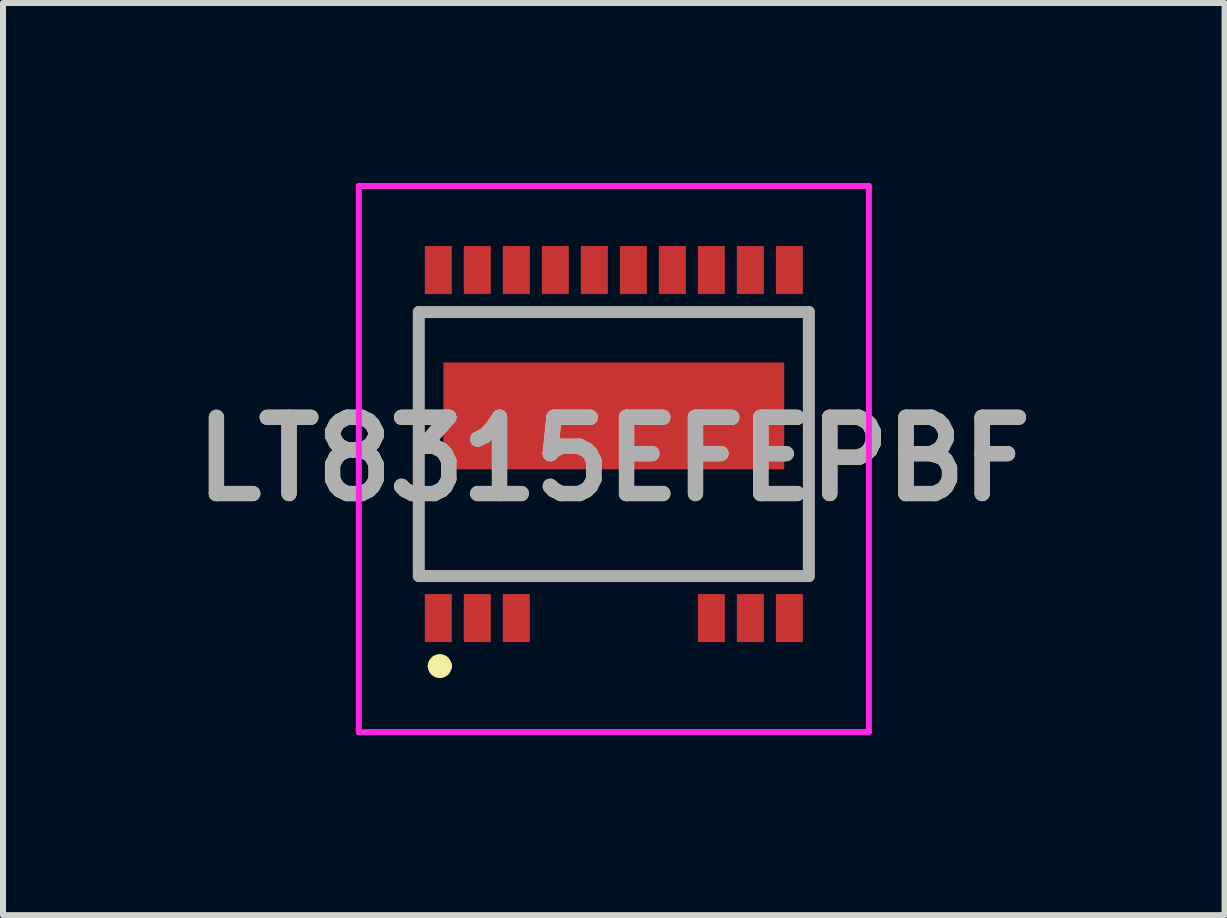
<source format=kicad_pcb>
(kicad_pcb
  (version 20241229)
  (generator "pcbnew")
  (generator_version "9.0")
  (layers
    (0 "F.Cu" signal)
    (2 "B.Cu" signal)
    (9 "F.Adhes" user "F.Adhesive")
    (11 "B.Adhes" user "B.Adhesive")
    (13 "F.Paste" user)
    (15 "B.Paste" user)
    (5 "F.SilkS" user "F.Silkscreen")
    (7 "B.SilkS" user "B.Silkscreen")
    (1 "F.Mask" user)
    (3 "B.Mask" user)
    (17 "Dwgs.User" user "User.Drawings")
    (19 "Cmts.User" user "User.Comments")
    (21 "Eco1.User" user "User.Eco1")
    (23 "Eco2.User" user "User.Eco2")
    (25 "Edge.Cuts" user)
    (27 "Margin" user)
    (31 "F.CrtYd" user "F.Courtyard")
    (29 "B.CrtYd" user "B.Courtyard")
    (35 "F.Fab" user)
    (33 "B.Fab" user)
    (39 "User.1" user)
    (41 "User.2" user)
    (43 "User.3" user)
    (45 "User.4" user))
  (footprint "LT8315EFEPBF"
    (layer "F.Cu")
    (at 7.179 4.8)
    (property "Reference" "LT8315EFEPBF" (at 0 -0.2 0) (layer "F.SilkS") (effects (font (size 1.27 1.27) (thickness 0.254))))
    (attr smd)
    (fp_line (start -3.25 -2.65) (end 3.25 -2.65) (stroke (width 0.1) (type solid)) (layer "F.SilkS"))
    (fp_line (start -3.25 1.75) (end -3.25 -2.65) (stroke (width 0.1) (type solid)) (layer "F.SilkS"))
    (fp_line (start -3 3.25) (end -3 3.25) (stroke (width 0.2) (type solid)) (layer "F.SilkS"))
    (fp_line (start -2.8 3.25) (end -2.8 3.25) (stroke (width 0.2) (type solid)) (layer "F.SilkS"))
    (fp_line (start 3.25 -2.65) (end 3.25 1.75) (stroke (width 0.1) (type solid)) (layer "F.SilkS"))
    (fp_line (start 3.25 1.75) (end -3.25 1.75) (stroke (width 0.1) (type solid)) (layer "F.SilkS"))
    (fp_arc (start -3 3.25) (mid -2.9 3.15) (end -2.8 3.25) (stroke (width 0.2) (type solid)) (layer "F.SilkS"))
    (fp_arc (start -2.8 3.25) (mid -2.9 3.35) (end -3 3.25) (stroke (width 0.2) (type solid)) (layer "F.SilkS"))
    (fp_line (start -4.25 -4.75) (end 4.25 -4.75) (stroke (width 0.1) (type solid)) (layer "F.CrtYd"))
    (fp_line (start -4.25 4.35) (end -4.25 -4.75) (stroke (width 0.1) (type solid)) (layer "F.CrtYd"))
    (fp_line (start 4.25 -4.75) (end 4.25 4.35) (stroke (width 0.1) (type solid)) (layer "F.CrtYd"))
    (fp_line (start 4.25 4.35) (end -4.25 4.35) (stroke (width 0.1) (type solid)) (layer "F.CrtYd"))
    (fp_line (start -3.25 -2.65) (end 3.25 -2.65) (stroke (width 0.2) (type solid)) (layer "F.Fab"))
    (fp_line (start -3.25 1.75) (end -3.25 -2.65) (stroke (width 0.2) (type solid)) (layer "F.Fab"))
    (fp_line (start 3.25 -2.65) (end 3.25 1.75) (stroke (width 0.2) (type solid)) (layer "F.Fab"))
    (fp_line (start 3.25 1.75) (end -3.25 1.75) (stroke (width 0.2) (type solid)) (layer "F.Fab"))
    (fp_text user "${REFERENCE}" (at 0 -0.2 0) (layer "F.Fab") (effects (font (size 1.27 1.27) (thickness 0.254))))
    (pad "1" smd rect (at -2.925 2.45) (size 0.45 0.8) (layers "F.Cu" "F.Mask" "F.Paste"))
    (pad "2" smd rect (at -2.275 2.45) (size 0.45 0.8) (layers "F.Cu" "F.Mask" "F.Paste"))
    (pad "3" smd rect (at -1.625 2.45) (size 0.45 0.8) (layers "F.Cu" "F.Mask" "F.Paste"))
    (pad "8" smd rect (at 1.625 2.45) (size 0.45 0.8) (layers "F.Cu" "F.Mask" "F.Paste"))
    (pad "9" smd rect (at 2.275 2.45) (size 0.45 0.8) (layers "F.Cu" "F.Mask" "F.Paste"))
    (pad "10" smd rect (at 2.925 2.45) (size 0.45 0.8) (layers "F.Cu" "F.Mask" "F.Paste"))
    (pad "11" smd rect (at 2.925 -3.35) (size 0.45 0.8) (layers "F.Cu" "F.Mask" "F.Paste"))
    (pad "12" smd rect (at 2.275 -3.35) (size 0.45 0.8) (layers "F.Cu" "F.Mask" "F.Paste"))
    (pad "13" smd rect (at 1.625 -3.35) (size 0.45 0.8) (layers "F.Cu" "F.Mask" "F.Paste"))
    (pad "14" smd rect (at 0.975 -3.35) (size 0.45 0.8) (layers "F.Cu" "F.Mask" "F.Paste"))
    (pad "15" smd rect (at 0.325 -3.35) (size 0.45 0.8) (layers "F.Cu" "F.Mask" "F.Paste"))
    (pad "16" smd rect (at -0.325 -3.35) (size 0.45 0.8) (layers "F.Cu" "F.Mask" "F.Paste"))
    (pad "17" smd rect (at -0.975 -3.35) (size 0.45 0.8) (layers "F.Cu" "F.Mask" "F.Paste"))
    (pad "18" smd rect (at -1.625 -3.35) (size 0.45 0.8) (layers "F.Cu" "F.Mask" "F.Paste"))
    (pad "19" smd rect (at -2.275 -3.35) (size 0.45 0.8) (layers "F.Cu" "F.Mask" "F.Paste"))
    (pad "20" smd rect (at -2.925 -3.35) (size 0.45 0.8) (layers "F.Cu" "F.Mask" "F.Paste"))
    (pad "21" smd rect (at 0 -0.92 90) (size 1.78 5.68) (layers "F.Cu" "F.Mask" "F.Paste")))
  (gr_rect
    (start -3 -3)
    (end 17.357 12.2)
    (stroke (width 0.1) (type default))
    (fill no)
    (layer "Edge.Cuts")))
</source>
